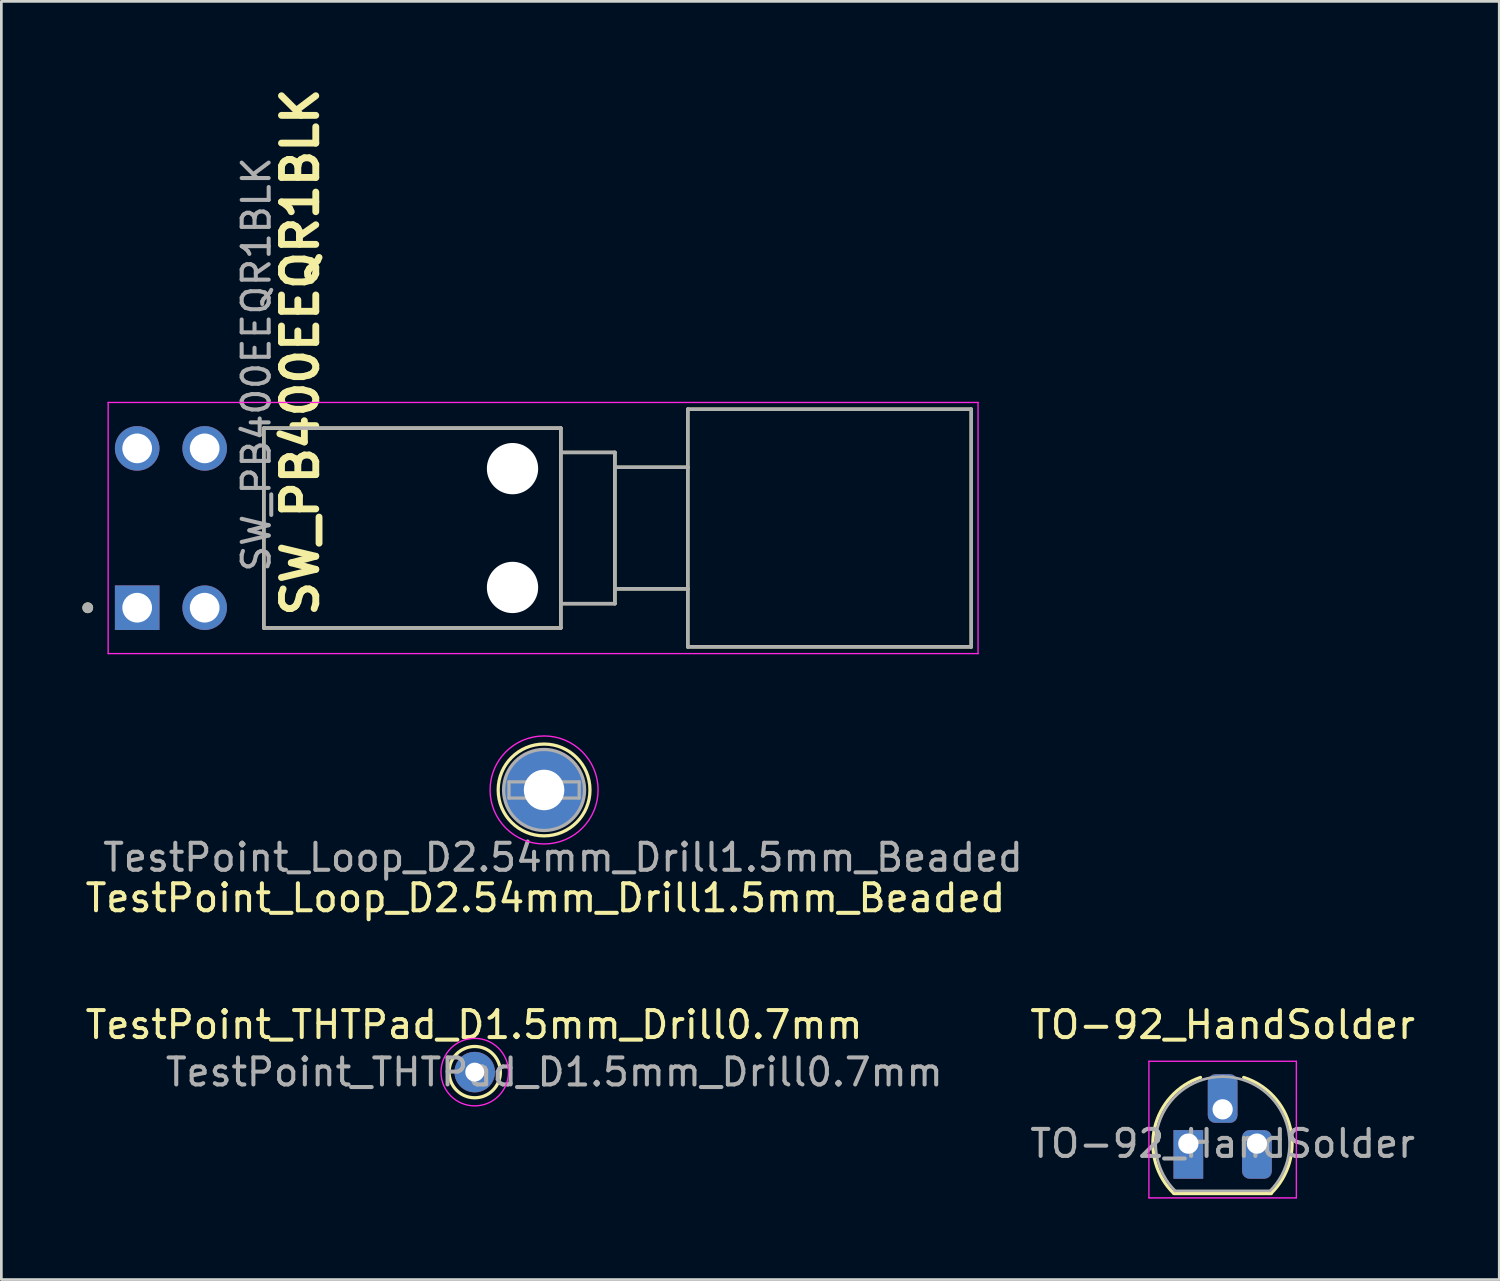
<source format=kicad_pcb>
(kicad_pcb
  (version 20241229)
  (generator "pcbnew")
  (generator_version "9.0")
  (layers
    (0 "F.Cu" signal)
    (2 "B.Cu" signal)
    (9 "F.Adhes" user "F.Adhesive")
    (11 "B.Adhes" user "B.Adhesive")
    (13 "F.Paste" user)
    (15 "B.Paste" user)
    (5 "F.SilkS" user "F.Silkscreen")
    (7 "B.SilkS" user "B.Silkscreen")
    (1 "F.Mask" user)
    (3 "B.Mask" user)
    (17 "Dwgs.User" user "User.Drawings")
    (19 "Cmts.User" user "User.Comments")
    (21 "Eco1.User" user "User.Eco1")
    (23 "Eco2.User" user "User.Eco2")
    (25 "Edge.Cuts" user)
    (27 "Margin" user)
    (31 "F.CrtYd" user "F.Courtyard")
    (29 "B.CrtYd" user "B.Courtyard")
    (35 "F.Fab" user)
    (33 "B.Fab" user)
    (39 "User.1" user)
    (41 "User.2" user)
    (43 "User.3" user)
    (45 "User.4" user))
  (footprint "TO-92_HandSolder"
    (layer "F.Cu")
    (at 40.958 39.302)
    (property "Reference" "TO-92_HandSolder" (at 1.27 -4.4 0) (layer "F.SilkS") (effects (font (size 1 1) (thickness 0.15))))
    (attr through_hole)
    (fp_line (start -0.53 1.85) (end 3.07 1.85) (stroke (width 0.12) (type solid)) (layer "F.SilkS"))
    (fp_arc (start -0.541875 1.841741) (mid -1.247231 -0.581764) (end 0.45 -2.45) (stroke (width 0.12) (type solid)) (layer "F.SilkS"))
    (fp_arc (start 2.05 -2.45) (mid 3.769931 -0.601036) (end 3.078445 1.827684) (stroke (width 0.12) (type solid)) (layer "F.SilkS"))
    (fp_line (start -1.46 -3.05) (end -1.46 2.01) (stroke (width 0.05) (type solid)) (layer "F.CrtYd"))
    (fp_line (start -1.46 -3.05) (end 4 -3.05) (stroke (width 0.05) (type solid)) (layer "F.CrtYd"))
    (fp_line (start 4 2.01) (end -1.46 2.01) (stroke (width 0.05) (type solid)) (layer "F.CrtYd"))
    (fp_line (start 4 2.01) (end 4 -3.05) (stroke (width 0.05) (type solid)) (layer "F.CrtYd"))
    (fp_line (start -0.5 1.75) (end 3 1.75) (stroke (width 0.1) (type solid)) (layer "F.Fab"))
    (fp_arc (start -0.483625 1.753625) (mid -1.021221 -0.949055) (end 1.27 -2.48) (stroke (width 0.1) (type solid)) (layer "F.Fab"))
    (fp_arc (start 1.27 -2.48) (mid 3.561221 -0.949055) (end 3.023625 1.753625) (stroke (width 0.1) (type solid)) (layer "F.Fab"))
    (fp_text user "${REFERENCE}" (at 1.27 0 0) (layer "F.Fab") (effects (font (size 1 1) (thickness 0.15))))
    (pad "1" thru_hole rect (at 0 0) (size 1.1 1.8) (drill 0.75 (offset 0 0.4)) (layers "*.Cu" "*.Mask"))
    (pad "2" thru_hole roundrect (at 1.27 -1.27) (size 1.1 1.8) (drill 0.75 (offset 0 -0.4)) (layers "*.Cu" "*.Mask") (roundrect_rratio 0.25))
    (pad "3" thru_hole roundrect (at 2.54 0) (size 1.1 1.8) (drill 0.75 (offset 0 0.4)) (layers "*.Cu" "*.Mask") (roundrect_rratio 0.25)))
  (footprint "TestPoint_Loop_D2.54mm_Drill1.5mm_Beaded"
    (layer "F.Cu")
    (at 17.099 26.205)
    (property "Reference" "TestPoint_Loop_D2.54mm_Drill1.5mm_Beaded" (at 0.05 4 0) (layer "F.SilkS") (effects (font (size 1 1) (thickness 0.15))))
    (attr through_hole)
    (fp_circle (center 0 0) (end 1.7 0) (stroke (width 0.12) (type solid)) (fill no) (layer "F.SilkS"))
    (fp_circle (center 0 0) (end 2 0) (stroke (width 0.05) (type solid)) (fill no) (layer "F.CrtYd"))
    (fp_line (start -1.3 -0.3) (end -1.3 0.3) (stroke (width 0.12) (type solid)) (layer "F.Fab"))
    (fp_line (start -1.3 0.3) (end 1.3 0.3) (stroke (width 0.12) (type solid)) (layer "F.Fab"))
    (fp_line (start 1.3 -0.3) (end -1.3 -0.3) (stroke (width 0.12) (type solid)) (layer "F.Fab"))
    (fp_line (start 1.3 0.3) (end 1.3 -0.3) (stroke (width 0.12) (type solid)) (layer "F.Fab"))
    (fp_circle (center 0 0) (end 1.5 0) (stroke (width 0.12) (type solid)) (fill no) (layer "F.Fab"))
    (fp_text user "${REFERENCE}" (at 0.7 2.5 0) (layer "F.Fab") (effects (font (size 1 1) (thickness 0.15))))
    (pad "1" thru_hole circle (at 0 0) (size 3 3) (drill 1.5) (layers "*.Cu" "*.Mask")))
  (footprint "TestPoint_THTPad_D1.5mm_Drill0.7mm"
    (layer "F.Cu")
    (at 14.531 36.654)
    (property "Reference" "TestPoint_THTPad_D1.5mm_Drill0.7mm" (at -0.025 -1.753 0) (layer "F.SilkS") (effects (font (size 1 1) (thickness 0.15))))
    (attr exclude_from_pos_files)
    (fp_circle (center 0 0) (end 0 0.95) (stroke (width 0.12) (type solid)) (fill no) (layer "F.SilkS"))
    (fp_circle (center 0 0) (end 1.25 0) (stroke (width 0.05) (type solid)) (fill no) (layer "F.CrtYd"))
    (fp_text user "${REFERENCE}" (at 2.946 0.002 0) (layer "F.Fab") (effects (font (size 1 1) (thickness 0.15))))
    (pad "1" thru_hole circle (at 0 0) (size 1.5 1.5) (drill 0.7) (layers "*.Cu" "*.Mask")))
  (footprint "SW_PB400EEQR1BLK"
    (layer "F.Cu")
    (at 3.28 16.505)
    (property "Reference" "SW_PB400EEQR1BLK" (at 4.79 -6.514 90) (layer "F.SilkS") (effects (font (size 1.27 1.27) (thickness 0.254) (bold yes))))
    (attr through_hole)
    (fp_line (start 3.44 -3.7) (end 3.44 3.7) (stroke (width 0.127) (type solid)) (layer "F.SilkS"))
    (fp_line (start 3.44 3.7) (end 14.44 3.7) (stroke (width 0.127) (type solid)) (layer "F.SilkS"))
    (fp_line (start 14.44 -3.7) (end 3.44 -3.7) (stroke (width 0.127) (type solid)) (layer "F.SilkS"))
    (fp_line (start 14.44 -2.8) (end 14.44 -3.7) (stroke (width 0.127) (type solid)) (layer "F.SilkS"))
    (fp_line (start 14.44 -2.8) (end 16.44 -2.8) (stroke (width 0.127) (type solid)) (layer "F.SilkS"))
    (fp_line (start 14.44 2.8) (end 14.44 -2.8) (stroke (width 0.127) (type solid)) (layer "F.SilkS"))
    (fp_line (start 14.44 3.7) (end 14.44 2.8) (stroke (width 0.127) (type solid)) (layer "F.SilkS"))
    (fp_line (start 16.44 -2.8) (end 16.44 -2.25) (stroke (width 0.127) (type solid)) (layer "F.SilkS"))
    (fp_line (start 16.44 -2.25) (end 16.44 2.25) (stroke (width 0.127) (type solid)) (layer "F.SilkS"))
    (fp_line (start 16.44 -2.25) (end 19.14 -2.25) (stroke (width 0.127) (type solid)) (layer "F.SilkS"))
    (fp_line (start 16.44 2.25) (end 16.44 2.8) (stroke (width 0.127) (type solid)) (layer "F.SilkS"))
    (fp_line (start 16.44 2.8) (end 14.44 2.8) (stroke (width 0.127) (type solid)) (layer "F.SilkS"))
    (fp_line (start 19.14 -4.4) (end 29.64 -4.4) (stroke (width 0.127) (type solid)) (layer "F.SilkS"))
    (fp_line (start 19.14 -2.25) (end 19.14 -4.4) (stroke (width 0.127) (type solid)) (layer "F.SilkS"))
    (fp_line (start 19.14 -2.25) (end 19.14 2.25) (stroke (width 0.127) (type solid)) (layer "F.SilkS"))
    (fp_line (start 19.14 2.25) (end 16.44 2.25) (stroke (width 0.127) (type solid)) (layer "F.SilkS"))
    (fp_line (start 19.14 4.4) (end 19.14 2.25) (stroke (width 0.127) (type solid)) (layer "F.SilkS"))
    (fp_line (start 29.64 -4.4) (end 29.64 4.4) (stroke (width 0.127) (type solid)) (layer "F.SilkS"))
    (fp_line (start 29.64 4.4) (end 19.14 4.4) (stroke (width 0.127) (type solid)) (layer "F.SilkS"))
    (fp_circle (center -3.08 2.953) (end -2.98 2.953) (stroke (width 0.2) (type solid)) (fill no) (layer "F.SilkS"))
    (fp_line (start -2.325 -4.65) (end -2.325 4.65) (stroke (width 0.05) (type solid)) (layer "F.CrtYd"))
    (fp_line (start -2.325 4.65) (end 29.89 4.65) (stroke (width 0.05) (type solid)) (layer "F.CrtYd"))
    (fp_line (start 29.89 -4.65) (end -2.325 -4.65) (stroke (width 0.05) (type solid)) (layer "F.CrtYd"))
    (fp_line (start 29.89 4.65) (end 29.89 -4.65) (stroke (width 0.05) (type solid)) (layer "F.CrtYd"))
    (fp_line (start 3.44 -3.7) (end 3.44 3.7) (stroke (width 0.127) (type solid)) (layer "F.Fab"))
    (fp_line (start 3.44 3.7) (end 14.44 3.7) (stroke (width 0.127) (type solid)) (layer "F.Fab"))
    (fp_line (start 14.44 -3.7) (end 3.44 -3.7) (stroke (width 0.127) (type solid)) (layer "F.Fab"))
    (fp_line (start 14.44 -2.8) (end 14.44 -3.7) (stroke (width 0.127) (type solid)) (layer "F.Fab"))
    (fp_line (start 14.44 -2.8) (end 16.44 -2.8) (stroke (width 0.127) (type solid)) (layer "F.Fab"))
    (fp_line (start 14.44 2.8) (end 14.44 -2.8) (stroke (width 0.127) (type solid)) (layer "F.Fab"))
    (fp_line (start 14.44 3.7) (end 14.44 2.8) (stroke (width 0.127) (type solid)) (layer "F.Fab"))
    (fp_line (start 16.44 -2.8) (end 16.44 -2.25) (stroke (width 0.127) (type solid)) (layer "F.Fab"))
    (fp_line (start 16.44 -2.25) (end 16.44 2.25) (stroke (width 0.127) (type solid)) (layer "F.Fab"))
    (fp_line (start 16.44 -2.25) (end 19.14 -2.25) (stroke (width 0.127) (type solid)) (layer "F.Fab"))
    (fp_line (start 16.44 2.25) (end 16.44 2.8) (stroke (width 0.127) (type solid)) (layer "F.Fab"))
    (fp_line (start 16.44 2.8) (end 14.44 2.8) (stroke (width 0.127) (type solid)) (layer "F.Fab"))
    (fp_line (start 19.14 -4.4) (end 29.64 -4.4) (stroke (width 0.127) (type solid)) (layer "F.Fab"))
    (fp_line (start 19.14 -2.25) (end 19.14 -4.4) (stroke (width 0.127) (type solid)) (layer "F.Fab"))
    (fp_line (start 19.14 -2.25) (end 19.14 2.25) (stroke (width 0.127) (type solid)) (layer "F.Fab"))
    (fp_line (start 19.14 2.25) (end 16.44 2.25) (stroke (width 0.127) (type solid)) (layer "F.Fab"))
    (fp_line (start 19.14 4.4) (end 19.14 2.25) (stroke (width 0.127) (type solid)) (layer "F.Fab"))
    (fp_line (start 29.64 -4.4) (end 29.64 4.4) (stroke (width 0.127) (type solid)) (layer "F.Fab"))
    (fp_line (start 29.64 4.4) (end 19.14 4.4) (stroke (width 0.127) (type solid)) (layer "F.Fab"))
    (fp_circle (center -3.08 2.953) (end -2.98 2.953) (stroke (width 0.2) (type solid)) (fill no) (layer "F.Fab"))
    (fp_text user "${REFERENCE}" (at 3.165 -6.057 90) (unlocked yes) (layer "F.Fab") (effects (font (size 1 1) (thickness 0.15))))
    (pad "" np_thru_hole circle (at 12.65 -2.2) (size 1.9 1.9) (drill 1.9) (layers "*.Cu" "*.Mask"))
    (pad "" np_thru_hole circle (at 12.65 2.2) (size 1.9 1.9) (drill 1.9) (layers "*.Cu" "*.Mask"))
    (pad "1" thru_hole rect (at -1.25 2.95) (size 1.65 1.65) (drill 1.1) (layers "*.Cu" "*.Mask"))
    (pad "2" thru_hole circle (at 1.25 2.95) (size 1.65 1.65) (drill 1.1) (layers "*.Cu" "*.Mask"))
    (pad "3" thru_hole circle (at -1.25 -2.95) (size 1.65 1.65) (drill 1.1) (layers "*.Cu" "*.Mask"))
    (pad "4" thru_hole circle (at 1.25 -2.95) (size 1.65 1.65) (drill 1.1) (layers "*.Cu" "*.Mask")))
  (gr_rect
    (start -3 -3)
    (end 52.472 44.337)
    (stroke (width 0.1) (type default))
    (fill no)
    (layer "Edge.Cuts")))
</source>
